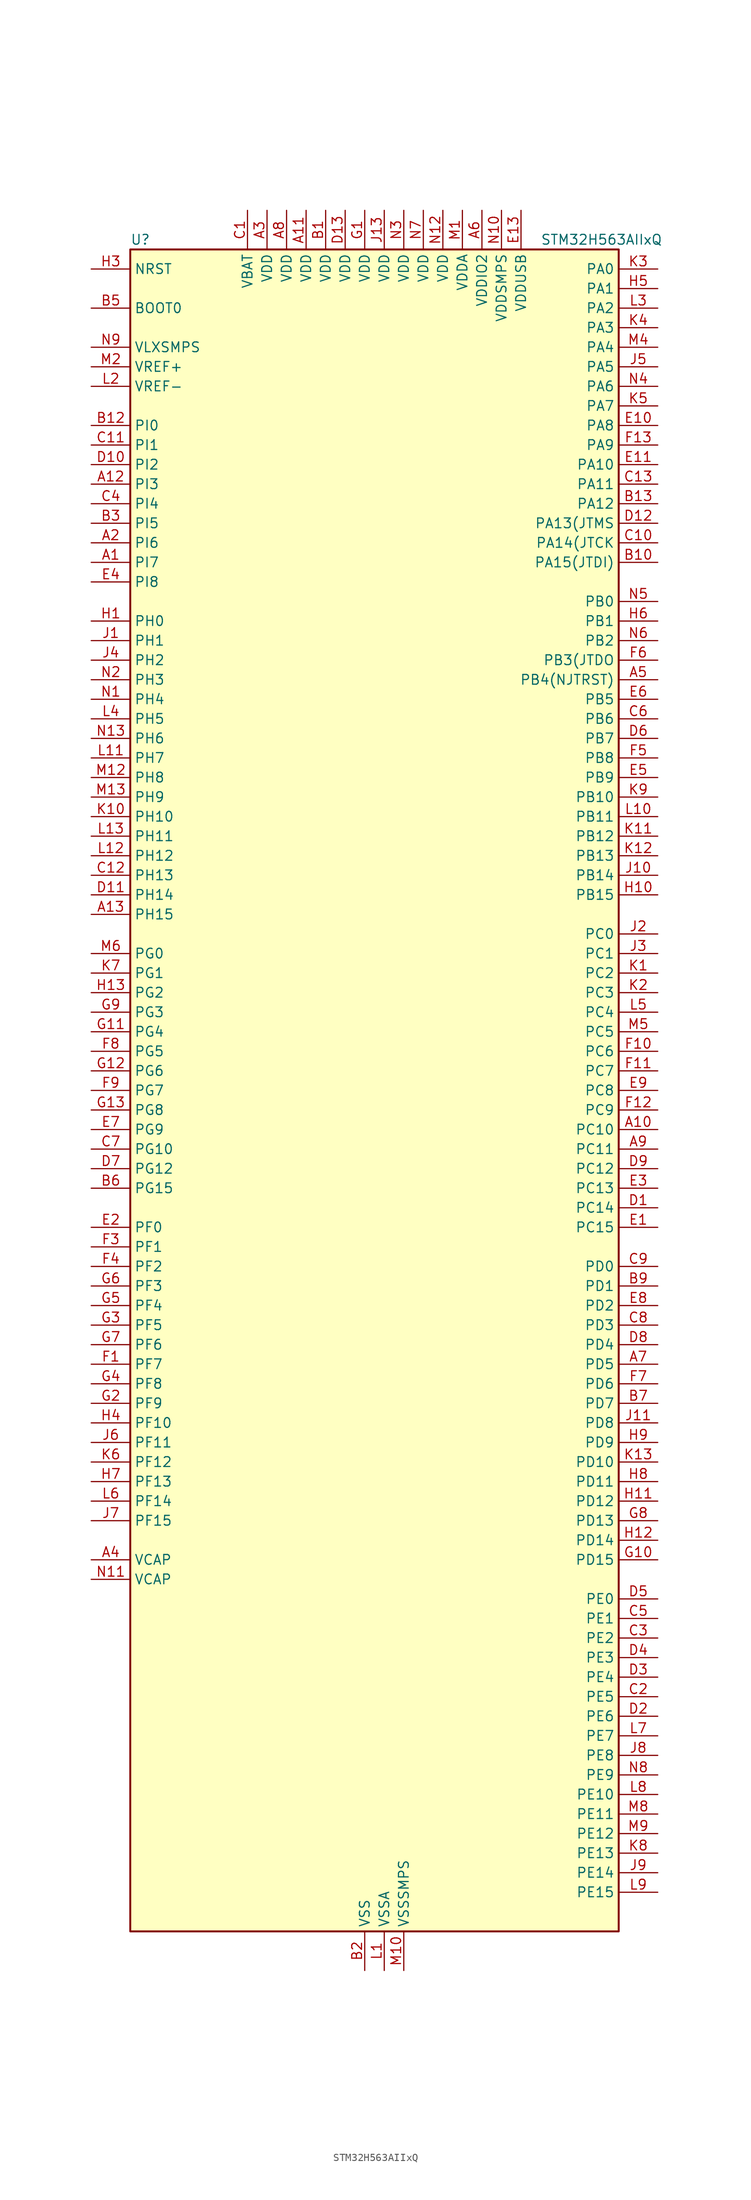
<source format=kicad_sym>
(kicad_symbol_lib
  (version 20231120)
  (generator "kicad-library-utils")
  (generator_version "8.0")
  (symbol "STM32H563AIIxQ"
    (property "Reference" "U"
      (at -30.48 110.49 0)
      (effects (font (size 1.27 1.27)) (justify left)))
    (property "Value" "STM32H563AIIxQ"
      (at 22.86 110.49 0)
      (effects (font (size 1.27 1.27)) (justify left)))
    (symbol "STM32H563AIIxQ_0_1"
      (rectangle (start -30.48 -109.22) (end 33.02 109.22) (stroke (width 0.254) (type default)) (fill (type background))))
    (symbol "STM32H563AIIxQ_1_1"
      (pin bidirectional line (at -35.56 68.58 0) (length 5.08) (name "PI7" (effects (font (size 1.27 1.27)))) (number "A1" (effects (font (size 1.27 1.27)))) (alternate "DCMI_D7" bidirectional line) (alternate "PSSI_D7" bidirectional line) (alternate "SAI2_FS_A" bidirectional line) (alternate "TIM8_CH3" bidirectional line))
      (pin bidirectional line (at 38.1 -5.08 180) (length 5.08) (name "PC10" (effects (font (size 1.27 1.27)))) (number "A10" (effects (font (size 1.27 1.27)))) (alternate "DCMI_D8" bidirectional line) (alternate "ETH_TXD0" bidirectional line) (alternate "I2S3_CK" bidirectional line) (alternate "LPTIM3_ETR" bidirectional line) (alternate "OCTOSPI1_IO1" bidirectional line) (alternate "PSSI_D8" bidirectional line) (alternate "SDMMC1_D2" bidirectional line) (alternate "SPI3_SCK" bidirectional line) (alternate "UART4_TX" bidirectional line) (alternate "USART3_TX" bidirectional line))
      (pin power_in line (at -7.62 114.3 270) (length 5.08) (name "VDD" (effects (font (size 1.27 1.27)))) (number "A11" (effects (font (size 1.27 1.27)))))
      (pin bidirectional line (at -35.56 78.74 0) (length 5.08) (name "PI3" (effects (font (size 1.27 1.27)))) (number "A12" (effects (font (size 1.27 1.27)))) (alternate "DCMI_D10" bidirectional line) (alternate "I2S2_SDO" bidirectional line) (alternate "PSSI_D10" bidirectional line) (alternate "SPI2_MOSI" bidirectional line) (alternate "TIM8_ETR" bidirectional line))
      (pin bidirectional line (at -35.56 22.86 0) (length 5.08) (name "PH15" (effects (font (size 1.27 1.27)))) (number "A13" (effects (font (size 1.27 1.27)))) (alternate "ADC1_EXTI15" bidirectional line) (alternate "ADC2_EXTI15" bidirectional line) (alternate "DCMI_D11" bidirectional line) (alternate "PSSI_D11" bidirectional line) (alternate "TIM8_CH3N" bidirectional line))
      (pin bidirectional line (at -35.56 71.12 0) (length 5.08) (name "PI6" (effects (font (size 1.27 1.27)))) (number "A2" (effects (font (size 1.27 1.27)))) (alternate "DCMI_D6" bidirectional line) (alternate "PSSI_D6" bidirectional line) (alternate "SAI2_SD_A" bidirectional line) (alternate "TIM8_CH2" bidirectional line))
      (pin power_in line (at -12.7 114.3 270) (length 5.08) (name "VDD" (effects (font (size 1.27 1.27)))) (number "A3" (effects (font (size 1.27 1.27)))))
      (pin power_out line (at -35.56 -60.96 0) (length 5.08) (name "VCAP" (effects (font (size 1.27 1.27)))) (number "A4" (effects (font (size 1.27 1.27)))))
      (pin bidirectional line (at 38.1 53.34 180) (length 5.08) (name "PB4(NJTRST)" (effects (font (size 1.27 1.27)))) (number "A5" (effects (font (size 1.27 1.27)))) (alternate "DCMI_D7" bidirectional line) (alternate "DEBUG_JTRST" bidirectional line) (alternate "I2S1_SDI" bidirectional line) (alternate "I2S2_WS" bidirectional line) (alternate "I2S3_SDI" bidirectional line) (alternate "LPTIM1_CH2" bidirectional line) (alternate "OCTOSPI1_CLK" bidirectional line) (alternate "PSSI_D7" bidirectional line) (alternate "SDMMC2_D3" bidirectional line) (alternate "SPI1_MISO" bidirectional line) (alternate "SPI2_NSS" bidirectional line) (alternate "SPI3_MISO" bidirectional line) (alternate "SPI6_MISO" bidirectional line) (alternate "TIM16_BKIN" bidirectional line) (alternate "TIM3_CH1" bidirectional line) (alternate "UART7_TX" bidirectional line))
      (pin power_in line (at 15.24 114.3 270) (length 5.08) (name "VDDIO2" (effects (font (size 1.27 1.27)))) (number "A6" (effects (font (size 1.27 1.27)))))
      (pin bidirectional line (at 38.1 -35.56 180) (length 5.08) (name "PD5" (effects (font (size 1.27 1.27)))) (number "A7" (effects (font (size 1.27 1.27)))) (alternate "FDCAN1_TX" bidirectional line) (alternate "FMC_NWE" bidirectional line) (alternate "OCTOSPI1_IO5" bidirectional line) (alternate "SPI2_RDY" bidirectional line) (alternate "TIM1_CH4N" bidirectional line) (alternate "USART2_TX" bidirectional line))
      (pin power_in line (at -10.16 114.3 270) (length 5.08) (name "VDD" (effects (font (size 1.27 1.27)))) (number "A8" (effects (font (size 1.27 1.27)))))
      (pin bidirectional line (at 38.1 -7.62 180) (length 5.08) (name "PC11" (effects (font (size 1.27 1.27)))) (number "A9" (effects (font (size 1.27 1.27)))) (alternate "ADC1_EXTI11" bidirectional line) (alternate "ADC2_EXTI11" bidirectional line) (alternate "DCMI_D4" bidirectional line) (alternate "I2S3_SDI" bidirectional line) (alternate "LPTIM3_IN1" bidirectional line) (alternate "OCTOSPI1_NCS" bidirectional line) (alternate "PSSI_D4" bidirectional line) (alternate "SDMMC1_D3" bidirectional line) (alternate "SPI3_MISO" bidirectional line) (alternate "UART4_RX" bidirectional line) (alternate "USART3_RX" bidirectional line))
      (pin power_in line (at -5.08 114.3 270) (length 5.08) (name "VDD" (effects (font (size 1.27 1.27)))) (number "B1" (effects (font (size 1.27 1.27)))))
      (pin bidirectional line (at 38.1 68.58 180) (length 5.08) (name "PA15(JTDI)" (effects (font (size 1.27 1.27)))) (number "B10" (effects (font (size 1.27 1.27)))) (alternate "ADC1_EXTI15" bidirectional line) (alternate "ADC2_EXTI15" bidirectional line) (alternate "CEC" bidirectional line) (alternate "DCMI_D11" bidirectional line) (alternate "DEBUG_JTDI" bidirectional line) (alternate "FMC_NBL1" bidirectional line) (alternate "I2S1_WS" bidirectional line) (alternate "I2S3_WS" bidirectional line) (alternate "LPTIM3_IN2" bidirectional line) (alternate "PSSI_D11" bidirectional line) (alternate "SPI1_NSS" bidirectional line) (alternate "SPI3_NSS" bidirectional line) (alternate "SPI6_NSS" bidirectional line) (alternate "TIM2_CH1" bidirectional line) (alternate "TIM2_ETR" bidirectional line) (alternate "UART4_DE" bidirectional line) (alternate "UART4_RTS" bidirectional line) (alternate "UART7_TX" bidirectional line))
      (pin passive line (at 0 -114.3 90) (length 5.08) hide (name "VSS" (effects (font (size 1.27 1.27)))) (number "B11" (effects (font (size 1.27 1.27)))))
      (pin bidirectional line (at -35.56 86.36 0) (length 5.08) (name "PI0" (effects (font (size 1.27 1.27)))) (number "B12" (effects (font (size 1.27 1.27)))) (alternate "DCMI_D13" bidirectional line) (alternate "I2S2_WS" bidirectional line) (alternate "PSSI_D13" bidirectional line) (alternate "SPI2_NSS" bidirectional line) (alternate "TIM5_CH4" bidirectional line))
      (pin bidirectional line (at 38.1 76.2 180) (length 5.08) (name "PA12" (effects (font (size 1.27 1.27)))) (number "B13" (effects (font (size 1.27 1.27)))) (alternate "FDCAN1_TX" bidirectional line) (alternate "I2S2_CK" bidirectional line) (alternate "LPUART1_RTS" bidirectional line) (alternate "SAI2_FS_B" bidirectional line) (alternate "SPI2_SCK" bidirectional line) (alternate "TIM1_ETR" bidirectional line) (alternate "UART4_TX" bidirectional line) (alternate "USART1_RTS" bidirectional line) (alternate "USB_DP" bidirectional line))
      (pin power_in line (at 0 -114.3 90) (length 5.08) (name "VSS" (effects (font (size 1.27 1.27)))) (number "B2" (effects (font (size 1.27 1.27)))))
      (pin bidirectional line (at -35.56 73.66 0) (length 5.08) (name "PI5" (effects (font (size 1.27 1.27)))) (number "B3" (effects (font (size 1.27 1.27)))) (alternate "DCMI_VSYNC" bidirectional line) (alternate "PSSI_RDY" bidirectional line) (alternate "SAI2_SCK_A" bidirectional line) (alternate "TIM8_CH1" bidirectional line))
      (pin passive line (at 0 -114.3 90) (length 5.08) hide (name "VSS" (effects (font (size 1.27 1.27)))) (number "B4" (effects (font (size 1.27 1.27)))))
      (pin input line (at -35.56 101.6 0) (length 5.08) (name "BOOT0" (effects (font (size 1.27 1.27)))) (number "B5" (effects (font (size 1.27 1.27)))))
      (pin bidirectional line (at -35.56 -12.7 0) (length 5.08) (name "PG15" (effects (font (size 1.27 1.27)))) (number "B6" (effects (font (size 1.27 1.27)))) (alternate "ADC1_EXTI15" bidirectional line) (alternate "ADC2_EXTI15" bidirectional line) (alternate "DCMI_D13" bidirectional line) (alternate "FMC_SDNCAS" bidirectional line) (alternate "PSSI_D13" bidirectional line) (alternate "SPI4_RDY" bidirectional line) (alternate "USART10_CK" bidirectional line) (alternate "USART6_CTS" bidirectional line) (alternate "USART6_NSS" bidirectional line))
      (pin bidirectional line (at 38.1 -40.64 180) (length 5.08) (name "PD7" (effects (font (size 1.27 1.27)))) (number "B7" (effects (font (size 1.27 1.27)))) (alternate "FMC_NCE" bidirectional line) (alternate "FMC_NE1" bidirectional line) (alternate "I2S1_SDO" bidirectional line) (alternate "LPTIM4_OUT" bidirectional line) (alternate "OCTOSPI1_IO7" bidirectional line) (alternate "SDMMC2_CMD" bidirectional line) (alternate "SPI1_MOSI" bidirectional line) (alternate "USART2_CK" bidirectional line))
      (pin passive line (at 0 -114.3 90) (length 5.08) hide (name "VSS" (effects (font (size 1.27 1.27)))) (number "B8" (effects (font (size 1.27 1.27)))))
      (pin bidirectional line (at 38.1 -25.4 180) (length 5.08) (name "PD1" (effects (font (size 1.27 1.27)))) (number "B9" (effects (font (size 1.27 1.27)))) (alternate "FDCAN1_TX" bidirectional line) (alternate "FMC_D3" bidirectional line) (alternate "FMC_DA3" bidirectional line) (alternate "UART4_TX" bidirectional line))
      (pin power_in line (at -15.24 114.3 270) (length 5.08) (name "VBAT" (effects (font (size 1.27 1.27)))) (number "C1" (effects (font (size 1.27 1.27)))))
      (pin bidirectional line (at 38.1 71.12 180) (length 5.08) (name "PA14(JTCK" (effects (font (size 1.27 1.27)))) (number "C10" (effects (font (size 1.27 1.27)))) (alternate "DEBUG_JTCK-SWCLK" bidirectional line))
      (pin bidirectional line (at -35.56 83.82 0) (length 5.08) (name "PI1" (effects (font (size 1.27 1.27)))) (number "C11" (effects (font (size 1.27 1.27)))) (alternate "DCMI_D8" bidirectional line) (alternate "I2S2_CK" bidirectional line) (alternate "PSSI_D8" bidirectional line) (alternate "SPI2_SCK" bidirectional line) (alternate "TIM8_BKIN2" bidirectional line))
      (pin bidirectional line (at -35.56 27.94 0) (length 5.08) (name "PH13" (effects (font (size 1.27 1.27)))) (number "C12" (effects (font (size 1.27 1.27)))) (alternate "DCMI_D3" bidirectional line) (alternate "FDCAN1_TX" bidirectional line) (alternate "LPTIM1_IN2" bidirectional line) (alternate "PSSI_D3" bidirectional line) (alternate "TIM8_CH1N" bidirectional line) (alternate "UART4_TX" bidirectional line) (alternate "UART8_TX" bidirectional line))
      (pin bidirectional line (at 38.1 78.74 180) (length 5.08) (name "PA11" (effects (font (size 1.27 1.27)))) (number "C13" (effects (font (size 1.27 1.27)))) (alternate "ADC1_EXTI11" bidirectional line) (alternate "ADC2_EXTI11" bidirectional line) (alternate "FDCAN1_RX" bidirectional line) (alternate "I2S2_WS" bidirectional line) (alternate "LPUART1_CTS" bidirectional line) (alternate "SPI2_NSS" bidirectional line) (alternate "TIM1_CH4" bidirectional line) (alternate "UART4_RX" bidirectional line) (alternate "USART1_CTS" bidirectional line) (alternate "USART1_NSS" bidirectional line) (alternate "USB_DM" bidirectional line))
      (pin bidirectional line (at 38.1 -78.74 180) (length 5.08) (name "PE5" (effects (font (size 1.27 1.27)))) (number "C2" (effects (font (size 1.27 1.27)))) (alternate "DCMI_D6" bidirectional line) (alternate "DEBUG_TRACED2" bidirectional line) (alternate "FMC_A21" bidirectional line) (alternate "PSSI_D6" bidirectional line) (alternate "SAI1_CK2" bidirectional line) (alternate "SAI1_SCK_A" bidirectional line) (alternate "SPI4_MISO" bidirectional line) (alternate "TAMP_IN8" bidirectional line) (alternate "TAMP_OUT7" bidirectional line) (alternate "TIM15_CH1" bidirectional line))
      (pin bidirectional line (at 38.1 -71.12 180) (length 5.08) (name "PE2" (effects (font (size 1.27 1.27)))) (number "C3" (effects (font (size 1.27 1.27)))) (alternate "DCMI_D3" bidirectional line) (alternate "DEBUG_TRACECLK" bidirectional line) (alternate "ETH_TXD3" bidirectional line) (alternate "FMC_A23" bidirectional line) (alternate "LPTIM1_IN2" bidirectional line) (alternate "OCTOSPI1_IO2" bidirectional line) (alternate "PSSI_D3" bidirectional line) (alternate "SAI1_CK1" bidirectional line) (alternate "SAI1_MCLK_A" bidirectional line) (alternate "SPI4_SCK" bidirectional line) (alternate "UART8_TX" bidirectional line) (alternate "USART10_RX" bidirectional line))
      (pin bidirectional line (at -35.56 76.2 0) (length 5.08) (name "PI4" (effects (font (size 1.27 1.27)))) (number "C4" (effects (font (size 1.27 1.27)))) (alternate "DCMI_D5" bidirectional line) (alternate "PSSI_D5" bidirectional line) (alternate "SAI2_MCLK_A" bidirectional line) (alternate "SPI2_RDY" bidirectional line) (alternate "TIM8_BKIN" bidirectional line))
      (pin bidirectional line (at 38.1 -68.58 180) (length 5.08) (name "PE1" (effects (font (size 1.27 1.27)))) (number "C5" (effects (font (size 1.27 1.27)))) (alternate "DCMI_D3" bidirectional line) (alternate "FDCAN1_TX" bidirectional line) (alternate "FMC_NBL1" bidirectional line) (alternate "LPTIM1_IN2" bidirectional line) (alternate "PSSI_D3" bidirectional line) (alternate "UART8_TX" bidirectional line))
      (pin bidirectional line (at 38.1 48.26 180) (length 5.08) (name "PB6" (effects (font (size 1.27 1.27)))) (number "C6" (effects (font (size 1.27 1.27)))) (alternate "CEC" bidirectional line) (alternate "DCMI_D5" bidirectional line) (alternate "FDCAN2_TX" bidirectional line) (alternate "FMC_SDNE1" bidirectional line) (alternate "I2C1_SCL" bidirectional line) (alternate "I2C4_SCL" bidirectional line) (alternate "I3C1_SCL" bidirectional line) (alternate "LPUART1_TX" bidirectional line) (alternate "OCTOSPI1_NCS" bidirectional line) (alternate "PSSI_D5" bidirectional line) (alternate "TIM16_CH1N" bidirectional line) (alternate "TIM4_CH1" bidirectional line) (alternate "UART5_TX" bidirectional line) (alternate "USART1_TX" bidirectional line))
      (pin bidirectional line (at -35.56 -7.62 0) (length 5.08) (name "PG10" (effects (font (size 1.27 1.27)))) (number "C7" (effects (font (size 1.27 1.27)))) (alternate "DCMI_D2" bidirectional line) (alternate "FMC_NE3" bidirectional line) (alternate "I2S1_WS" bidirectional line) (alternate "PSSI_D2" bidirectional line) (alternate "SAI2_SD_B" bidirectional line) (alternate "SDMMC2_D1" bidirectional line) (alternate "SPI1_NSS" bidirectional line))
      (pin bidirectional line (at 38.1 -30.48 180) (length 5.08) (name "PD3" (effects (font (size 1.27 1.27)))) (number "C8" (effects (font (size 1.27 1.27)))) (alternate "DCMI_D5" bidirectional line) (alternate "FMC_CLK" bidirectional line) (alternate "I2S2_CK" bidirectional line) (alternate "PSSI_D5" bidirectional line) (alternate "PWR_WKUP8" bidirectional line) (alternate "SPI2_SCK" bidirectional line) (alternate "USART2_CTS" bidirectional line) (alternate "USART2_NSS" bidirectional line))
      (pin bidirectional line (at 38.1 -22.86 180) (length 5.08) (name "PD0" (effects (font (size 1.27 1.27)))) (number "C9" (effects (font (size 1.27 1.27)))) (alternate "FDCAN1_RX" bidirectional line) (alternate "FMC_D2" bidirectional line) (alternate "FMC_DA2" bidirectional line) (alternate "TIM8_CH4N" bidirectional line) (alternate "UART4_RX" bidirectional line) (alternate "UART9_CTS" bidirectional line))
      (pin bidirectional line (at 38.1 -15.24 180) (length 5.08) (name "PC14" (effects (font (size 1.27 1.27)))) (number "D1" (effects (font (size 1.27 1.27)))) (alternate "RCC_OSC32_IN" bidirectional line))
      (pin bidirectional line (at -35.56 81.28 0) (length 5.08) (name "PI2" (effects (font (size 1.27 1.27)))) (number "D10" (effects (font (size 1.27 1.27)))) (alternate "DCMI_D9" bidirectional line) (alternate "I2S2_SDI" bidirectional line) (alternate "PSSI_D9" bidirectional line) (alternate "SPI2_MISO" bidirectional line) (alternate "TIM8_CH4" bidirectional line))
      (pin bidirectional line (at -35.56 25.4 0) (length 5.08) (name "PH14" (effects (font (size 1.27 1.27)))) (number "D11" (effects (font (size 1.27 1.27)))) (alternate "DCMI_D4" bidirectional line) (alternate "FDCAN1_RX" bidirectional line) (alternate "PSSI_D4" bidirectional line) (alternate "TIM8_CH2N" bidirectional line) (alternate "UART4_RX" bidirectional line))
      (pin bidirectional line (at 38.1 73.66 180) (length 5.08) (name "PA13(JTMS" (effects (font (size 1.27 1.27)))) (number "D12" (effects (font (size 1.27 1.27)))) (alternate "DEBUG_JTMS-SWDIO" bidirectional line))
      (pin power_in line (at -2.54 114.3 270) (length 5.08) (name "VDD" (effects (font (size 1.27 1.27)))) (number "D13" (effects (font (size 1.27 1.27)))))
      (pin bidirectional line (at 38.1 -81.28 180) (length 5.08) (name "PE6" (effects (font (size 1.27 1.27)))) (number "D2" (effects (font (size 1.27 1.27)))) (alternate "DCMI_D7" bidirectional line) (alternate "DEBUG_TRACED3" bidirectional line) (alternate "FMC_A22" bidirectional line) (alternate "PSSI_D7" bidirectional line) (alternate "SAI1_D1" bidirectional line) (alternate "SAI1_SD_A" bidirectional line) (alternate "SAI2_MCLK_B" bidirectional line) (alternate "SPI4_MOSI" bidirectional line) (alternate "TAMP_IN3" bidirectional line) (alternate "TAMP_OUT6" bidirectional line) (alternate "TIM15_CH2" bidirectional line) (alternate "TIM1_BKIN2" bidirectional line))
      (pin bidirectional line (at 38.1 -76.2 180) (length 5.08) (name "PE4" (effects (font (size 1.27 1.27)))) (number "D3" (effects (font (size 1.27 1.27)))) (alternate "DCMI_D4" bidirectional line) (alternate "DEBUG_TRACED1" bidirectional line) (alternate "FMC_A20" bidirectional line) (alternate "PSSI_D4" bidirectional line) (alternate "SAI1_D2" bidirectional line) (alternate "SAI1_FS_A" bidirectional line) (alternate "SPI4_NSS" bidirectional line) (alternate "TAMP_IN7" bidirectional line) (alternate "TAMP_OUT8" bidirectional line) (alternate "TIM15_CH1N" bidirectional line))
      (pin bidirectional line (at 38.1 -73.66 180) (length 5.08) (name "PE3" (effects (font (size 1.27 1.27)))) (number "D4" (effects (font (size 1.27 1.27)))) (alternate "DEBUG_TRACED0" bidirectional line) (alternate "FMC_A19" bidirectional line) (alternate "SAI1_SD_B" bidirectional line) (alternate "TAMP_IN6" bidirectional line) (alternate "TAMP_OUT3" bidirectional line) (alternate "TIM15_BKIN" bidirectional line) (alternate "USART10_TX" bidirectional line))
      (pin bidirectional line (at 38.1 -66.04 180) (length 5.08) (name "PE0" (effects (font (size 1.27 1.27)))) (number "D5" (effects (font (size 1.27 1.27)))) (alternate "DCMI_D2" bidirectional line) (alternate "FDCAN1_RX" bidirectional line) (alternate "FMC_NBL0" bidirectional line) (alternate "LPTIM1_ETR" bidirectional line) (alternate "LPTIM2_CH2" bidirectional line) (alternate "LPTIM2_ETR" bidirectional line) (alternate "PSSI_D2" bidirectional line) (alternate "SAI2_MCLK_A" bidirectional line) (alternate "SPI3_RDY" bidirectional line) (alternate "TIM4_ETR" bidirectional line) (alternate "UART8_RX" bidirectional line))
      (pin bidirectional line (at 38.1 45.72 180) (length 5.08) (name "PB7" (effects (font (size 1.27 1.27)))) (number "D6" (effects (font (size 1.27 1.27)))) (alternate "DCMI_VSYNC" bidirectional line) (alternate "FDCAN1_TX" bidirectional line) (alternate "FMC_NL" bidirectional line) (alternate "I2C1_SDA" bidirectional line) (alternate "I2C4_SDA" bidirectional line) (alternate "I3C1_SDA" bidirectional line) (alternate "LPUART1_RX" bidirectional line) (alternate "PSSI_RDY" bidirectional line) (alternate "PWR_WKUP5" bidirectional line) (alternate "SDMMC2_CKIN" bidirectional line) (alternate "SDMMC2_D5" bidirectional line) (alternate "TIM17_CH1N" bidirectional line) (alternate "TIM4_CH2" bidirectional line) (alternate "USART1_RX" bidirectional line))
      (pin bidirectional line (at -35.56 -10.16 0) (length 5.08) (name "PG12" (effects (font (size 1.27 1.27)))) (number "D7" (effects (font (size 1.27 1.27)))) (alternate "DCMI_D11" bidirectional line) (alternate "ETH_TXD1" bidirectional line) (alternate "FMC_NE4" bidirectional line) (alternate "LPTIM1_IN1" bidirectional line) (alternate "LPTIM5_CH1" bidirectional line) (alternate "PSSI_D11" bidirectional line) (alternate "PSSI_D15" bidirectional line) (alternate "SDMMC2_D3" bidirectional line) (alternate "SPI6_MISO" bidirectional line) (alternate "USART10_TX" bidirectional line) (alternate "USART6_RTS" bidirectional line))
      (pin bidirectional line (at 38.1 -33.02 180) (length 5.08) (name "PD4" (effects (font (size 1.27 1.27)))) (number "D8" (effects (font (size 1.27 1.27)))) (alternate "FMC_NOE" bidirectional line) (alternate "OCTOSPI1_IO4" bidirectional line) (alternate "USART2_RTS" bidirectional line))
      (pin bidirectional line (at 38.1 -10.16 180) (length 5.08) (name "PC12" (effects (font (size 1.27 1.27)))) (number "D9" (effects (font (size 1.27 1.27)))) (alternate "DCMI_D9" bidirectional line) (alternate "DEBUG_TRACED3" bidirectional line) (alternate "I2S3_SDO" bidirectional line) (alternate "PSSI_D9" bidirectional line) (alternate "SDMMC1_CK" bidirectional line) (alternate "SPI3_MOSI" bidirectional line) (alternate "SPI6_SCK" bidirectional line) (alternate "TIM15_CH1" bidirectional line) (alternate "UART5_TX" bidirectional line) (alternate "USART3_CK" bidirectional line))
      (pin bidirectional line (at 38.1 -17.78 180) (length 5.08) (name "PC15" (effects (font (size 1.27 1.27)))) (number "E1" (effects (font (size 1.27 1.27)))) (alternate "ADC1_EXTI15" bidirectional line) (alternate "ADC2_EXTI15" bidirectional line) (alternate "RCC_OSC32_OUT" bidirectional line))
      (pin bidirectional line (at 38.1 86.36 180) (length 5.08) (name "PA8" (effects (font (size 1.27 1.27)))) (number "E10" (effects (font (size 1.27 1.27)))) (alternate "DCMI_D3" bidirectional line) (alternate "FMC_NOE" bidirectional line) (alternate "I2C3_SCL" bidirectional line) (alternate "PSSI_D3" bidirectional line) (alternate "RCC_MCO_1" bidirectional line) (alternate "SPI1_RDY" bidirectional line) (alternate "TIM1_CH1" bidirectional line) (alternate "TIM8_BKIN2" bidirectional line) (alternate "UART7_RX" bidirectional line) (alternate "USART1_CK" bidirectional line) (alternate "USB_SOF" bidirectional line))
      (pin bidirectional line (at 38.1 81.28 180) (length 5.08) (name "PA10" (effects (font (size 1.27 1.27)))) (number "E11" (effects (font (size 1.27 1.27)))) (alternate "DCMI_D1" bidirectional line) (alternate "FDCAN2_TX" bidirectional line) (alternate "LPTIM2_IN2" bidirectional line) (alternate "LPUART1_RX" bidirectional line) (alternate "PSSI_D1" bidirectional line) (alternate "SDMMC1_D0" bidirectional line) (alternate "TIM1_CH3" bidirectional line) (alternate "UCPD1_FRSTX" bidirectional line) (alternate "USART1_RX" bidirectional line))
      (pin passive line (at 0 -114.3 90) (length 5.08) hide (name "VSS" (effects (font (size 1.27 1.27)))) (number "E12" (effects (font (size 1.27 1.27)))))
      (pin power_in line (at 20.32 114.3 270) (length 5.08) (name "VDDUSB" (effects (font (size 1.27 1.27)))) (number "E13" (effects (font (size 1.27 1.27)))))
      (pin bidirectional line (at -35.56 -17.78 0) (length 5.08) (name "PF0" (effects (font (size 1.27 1.27)))) (number "E2" (effects (font (size 1.27 1.27)))) (alternate "FMC_A0" bidirectional line) (alternate "I2C2_SDA" bidirectional line) (alternate "LPTIM5_CH1" bidirectional line))
      (pin bidirectional line (at 38.1 -12.7 180) (length 5.08) (name "PC13" (effects (font (size 1.27 1.27)))) (number "E3" (effects (font (size 1.27 1.27)))) (alternate "PWR_WKUP4" bidirectional line) (alternate "RTC_OUT1" bidirectional line) (alternate "RTC_TS" bidirectional line) (alternate "TAMP_IN1" bidirectional line) (alternate "TAMP_OUT2" bidirectional line) (alternate "TAMP_OUT3" bidirectional line))
      (pin bidirectional line (at -35.56 66.04 0) (length 5.08) (name "PI8" (effects (font (size 1.27 1.27)))) (number "E4" (effects (font (size 1.27 1.27)))) (alternate "PWR_WKUP3" bidirectional line) (alternate "RTC_OUT2" bidirectional line) (alternate "TAMP_IN2" bidirectional line) (alternate "TAMP_OUT3" bidirectional line))
      (pin bidirectional line (at 38.1 40.64 180) (length 5.08) (name "PB9" (effects (font (size 1.27 1.27)))) (number "E5" (effects (font (size 1.27 1.27)))) (alternate "DAC1_EXTI9" bidirectional line) (alternate "DCMI_D7" bidirectional line) (alternate "FDCAN1_TX" bidirectional line) (alternate "I2C1_SDA" bidirectional line) (alternate "I2C4_SDA" bidirectional line) (alternate "I2S2_WS" bidirectional line) (alternate "I3C1_SDA" bidirectional line) (alternate "PSSI_D7" bidirectional line) (alternate "SDMMC1_CDIR" bidirectional line) (alternate "SDMMC1_D5" bidirectional line) (alternate "SDMMC2_CKIN" bidirectional line) (alternate "SDMMC2_D5" bidirectional line) (alternate "SPI2_NSS" bidirectional line) (alternate "TIM17_CH1" bidirectional line) (alternate "TIM4_CH4" bidirectional line) (alternate "UART4_TX" bidirectional line))
      (pin bidirectional line (at 38.1 50.8 180) (length 5.08) (name "PB5" (effects (font (size 1.27 1.27)))) (number "E6" (effects (font (size 1.27 1.27)))) (alternate "DCMI_D10" bidirectional line) (alternate "ETH_PPS_OUT" bidirectional line) (alternate "FDCAN2_RX" bidirectional line) (alternate "FMC_SDCKE1" bidirectional line) (alternate "I2C1_SMBA" bidirectional line) (alternate "I2C4_SMBA" bidirectional line) (alternate "I2S1_SDO" bidirectional line) (alternate "I2S3_SDO" bidirectional line) (alternate "OCTOSPI1_NCLK" bidirectional line) (alternate "PSSI_D10" bidirectional line) (alternate "SPI1_MOSI" bidirectional line) (alternate "SPI3_MOSI" bidirectional line) (alternate "SPI6_MOSI" bidirectional line) (alternate "TIM17_BKIN" bidirectional line) (alternate "TIM3_CH2" bidirectional line) (alternate "UART5_RX" bidirectional line))
      (pin bidirectional line (at -35.56 -5.08 0) (length 5.08) (name "PG9" (effects (font (size 1.27 1.27)))) (number "E7" (effects (font (size 1.27 1.27)))) (alternate "DAC1_EXTI9" bidirectional line) (alternate "DCMI_VSYNC" bidirectional line) (alternate "FMC_NCE" bidirectional line) (alternate "FMC_NE2" bidirectional line) (alternate "I2S1_SDI" bidirectional line) (alternate "OCTOSPI1_IO6" bidirectional line) (alternate "PSSI_RDY" bidirectional line) (alternate "SAI2_FS_B" bidirectional line) (alternate "SDMMC2_D0" bidirectional line) (alternate "SPI1_MISO" bidirectional line) (alternate "USART6_RX" bidirectional line))
      (pin bidirectional line (at 38.1 -27.94 180) (length 5.08) (name "PD2" (effects (font (size 1.27 1.27)))) (number "E8" (effects (font (size 1.27 1.27)))) (alternate "DCMI_D11" bidirectional line) (alternate "DEBUG_TRACED2" bidirectional line) (alternate "LPTIM4_ETR" bidirectional line) (alternate "PSSI_D11" bidirectional line) (alternate "PWR_WKUP7" bidirectional line) (alternate "SDMMC1_CMD" bidirectional line) (alternate "TIM15_BKIN" bidirectional line) (alternate "TIM3_ETR" bidirectional line) (alternate "UART5_RX" bidirectional line))
      (pin bidirectional line (at 38.1 0 180) (length 5.08) (name "PC8" (effects (font (size 1.27 1.27)))) (number "E9" (effects (font (size 1.27 1.27)))) (alternate "DCMI_D2" bidirectional line) (alternate "DEBUG_TRACED1" bidirectional line) (alternate "FMC_ALE" bidirectional line) (alternate "FMC_INT" bidirectional line) (alternate "FMC_NCE" bidirectional line) (alternate "FMC_NE2" bidirectional line) (alternate "PSSI_D2" bidirectional line) (alternate "SDMMC1_D0" bidirectional line) (alternate "TIM3_CH3" bidirectional line) (alternate "TIM8_CH3" bidirectional line) (alternate "UART5_DE" bidirectional line) (alternate "UART5_RTS" bidirectional line) (alternate "USART6_CK" bidirectional line))
      (pin bidirectional line (at -35.56 -35.56 0) (length 5.08) (name "PF7" (effects (font (size 1.27 1.27)))) (number "F1" (effects (font (size 1.27 1.27)))) (alternate "LPTIM5_CH2" bidirectional line) (alternate "OCTOSPI1_IO2" bidirectional line) (alternate "SAI1_MCLK_B" bidirectional line) (alternate "SPI5_SCK" bidirectional line) (alternate "TIM17_CH1" bidirectional line) (alternate "UART7_TX" bidirectional line))
      (pin bidirectional line (at 38.1 5.08 180) (length 5.08) (name "PC6" (effects (font (size 1.27 1.27)))) (number "F10" (effects (font (size 1.27 1.27)))) (alternate "DCMI_D0" bidirectional line) (alternate "FMC_NWAIT" bidirectional line) (alternate "I2S2_MCK" bidirectional line) (alternate "OCTOSPI1_IO5" bidirectional line) (alternate "PSSI_D0" bidirectional line) (alternate "SAI1_SCK_A" bidirectional line) (alternate "SDMMC1_D0DIR" bidirectional line) (alternate "SDMMC1_D6" bidirectional line) (alternate "SDMMC2_D6" bidirectional line) (alternate "TIM3_CH1" bidirectional line) (alternate "TIM8_CH1" bidirectional line) (alternate "USART6_TX" bidirectional line))
      (pin bidirectional line (at 38.1 2.54 180) (length 5.08) (name "PC7" (effects (font (size 1.27 1.27)))) (number "F11" (effects (font (size 1.27 1.27)))) (alternate "DCMI_D1" bidirectional line) (alternate "DEBUG_TRGIO" bidirectional line) (alternate "FMC_NE1" bidirectional line) (alternate "I2S3_MCK" bidirectional line) (alternate "OCTOSPI1_IO6" bidirectional line) (alternate "PSSI_D1" bidirectional line) (alternate "SDMMC1_D123DIR" bidirectional line) (alternate "SDMMC1_D7" bidirectional line) (alternate "SDMMC2_D7" bidirectional line) (alternate "TIM3_CH2" bidirectional line) (alternate "TIM8_CH2" bidirectional line) (alternate "USART6_RX" bidirectional line))
      (pin bidirectional line (at 38.1 -2.54 180) (length 5.08) (name "PC9" (effects (font (size 1.27 1.27)))) (number "F12" (effects (font (size 1.27 1.27)))) (alternate "AUDIOCLK" bidirectional line) (alternate "DAC1_EXTI9" bidirectional line) (alternate "DCMI_D3" bidirectional line) (alternate "FMC_CLE" bidirectional line) (alternate "I2C3_SDA" bidirectional line) (alternate "OCTOSPI1_IO0" bidirectional line) (alternate "PSSI_D3" bidirectional line) (alternate "RCC_MCO_2" bidirectional line) (alternate "SDMMC1_D1" bidirectional line) (alternate "TIM3_CH4" bidirectional line) (alternate "TIM8_CH4" bidirectional line) (alternate "UART5_CTS" bidirectional line) (alternate "UCPD1_DB2" bidirectional line))
      (pin bidirectional line (at 38.1 83.82 180) (length 5.08) (name "PA9" (effects (font (size 1.27 1.27)))) (number "F13" (effects (font (size 1.27 1.27)))) (alternate "DAC1_EXTI9" bidirectional line) (alternate "DCMI_D0" bidirectional line) (alternate "ETH_TX_ER" bidirectional line) (alternate "FMC_NWE" bidirectional line) (alternate "I2C3_SMBA" bidirectional line) (alternate "I2S2_CK" bidirectional line) (alternate "LPUART1_TX" bidirectional line) (alternate "PSSI_D0" bidirectional line) (alternate "SPI2_SCK" bidirectional line) (alternate "TIM1_CH2" bidirectional line) (alternate "UCPD1_DB1" bidirectional line) (alternate "USART1_TX" bidirectional line))
      (pin passive line (at 0 -114.3 90) (length 5.08) hide (name "VSS" (effects (font (size 1.27 1.27)))) (number "F2" (effects (font (size 1.27 1.27)))))
      (pin bidirectional line (at -35.56 -20.32 0) (length 5.08) (name "PF1" (effects (font (size 1.27 1.27)))) (number "F3" (effects (font (size 1.27 1.27)))) (alternate "FMC_A1" bidirectional line) (alternate "I2C2_SCL" bidirectional line) (alternate "LPTIM5_CH2" bidirectional line))
      (pin bidirectional line (at -35.56 -22.86 0) (length 5.08) (name "PF2" (effects (font (size 1.27 1.27)))) (number "F4" (effects (font (size 1.27 1.27)))) (alternate "FMC_A2" bidirectional line) (alternate "I2C2_SMBA" bidirectional line) (alternate "LPTIM3_CH2" bidirectional line) (alternate "LPTIM3_IN2" bidirectional line) (alternate "LPTIM5_IN1" bidirectional line) (alternate "UART12_TX" bidirectional line) (alternate "USART11_CK" bidirectional line))
      (pin bidirectional line (at 38.1 43.18 180) (length 5.08) (name "PB8" (effects (font (size 1.27 1.27)))) (number "F5" (effects (font (size 1.27 1.27)))) (alternate "DCMI_D6" bidirectional line) (alternate "ETH_TXD3" bidirectional line) (alternate "FDCAN1_RX" bidirectional line) (alternate "I2C1_SCL" bidirectional line) (alternate "I2C4_SCL" bidirectional line) (alternate "I3C1_SCL" bidirectional line) (alternate "PSSI_D6" bidirectional line) (alternate "SDMMC1_CKIN" bidirectional line) (alternate "SDMMC1_D4" bidirectional line) (alternate "SDMMC2_D4" bidirectional line) (alternate "SPI4_RDY" bidirectional line) (alternate "TIM16_CH1" bidirectional line) (alternate "TIM4_CH3" bidirectional line) (alternate "UART4_RX" bidirectional line))
      (pin bidirectional line (at 38.1 55.88 180) (length 5.08) (name "PB3(JTDO" (effects (font (size 1.27 1.27)))) (number "F6" (effects (font (size 1.27 1.27)))) (alternate "CRS_SYNC" bidirectional line) (alternate "DEBUG_JTDO-SWO" bidirectional line) (alternate "I2C2_SDA" bidirectional line) (alternate "I2S1_CK" bidirectional line) (alternate "I2S3_CK" bidirectional line) (alternate "LPTIM6_ETR" bidirectional line) (alternate "SDMMC2_D2" bidirectional line) (alternate "SPI1_SCK" bidirectional line) (alternate "SPI3_SCK" bidirectional line) (alternate "SPI6_SCK" bidirectional line) (alternate "TIM2_CH2" bidirectional line) (alternate "UART12_CTS" bidirectional line) (alternate "UART7_RX" bidirectional line))
      (pin bidirectional line (at 38.1 -38.1 180) (length 5.08) (name "PD6" (effects (font (size 1.27 1.27)))) (number "F7" (effects (font (size 1.27 1.27)))) (alternate "DCMI_D10" bidirectional line) (alternate "FMC_NWAIT" bidirectional line) (alternate "I2S3_SDO" bidirectional line) (alternate "OCTOSPI1_IO6" bidirectional line) (alternate "PSSI_D10" bidirectional line) (alternate "SAI1_D1" bidirectional line) (alternate "SAI1_SD_A" bidirectional line) (alternate "SDMMC2_CK" bidirectional line) (alternate "SPI3_MOSI" bidirectional line) (alternate "USART2_RX" bidirectional line))
      (pin bidirectional line (at -35.56 5.08 0) (length 5.08) (name "PG5" (effects (font (size 1.27 1.27)))) (number "F8" (effects (font (size 1.27 1.27)))) (alternate "FMC_A15" bidirectional line) (alternate "FMC_BA1" bidirectional line) (alternate "TIM1_ETR" bidirectional line))
      (pin bidirectional line (at -35.56 0 0) (length 5.08) (name "PG7" (effects (font (size 1.27 1.27)))) (number "F9" (effects (font (size 1.27 1.27)))) (alternate "DCMI_D13" bidirectional line) (alternate "FMC_INT" bidirectional line) (alternate "I2C4_SCL" bidirectional line) (alternate "I3C1_SCL" bidirectional line) (alternate "PSSI_D13" bidirectional line) (alternate "SAI1_CK2" bidirectional line) (alternate "SAI1_MCLK_A" bidirectional line) (alternate "UCPD1_FRSTX" bidirectional line) (alternate "USART6_CK" bidirectional line))
      (pin power_in line (at 0 114.3 270) (length 5.08) (name "VDD" (effects (font (size 1.27 1.27)))) (number "G1" (effects (font (size 1.27 1.27)))))
      (pin bidirectional line (at 38.1 -60.96 180) (length 5.08) (name "PD15" (effects (font (size 1.27 1.27)))) (number "G10" (effects (font (size 1.27 1.27)))) (alternate "ADC1_EXTI15" bidirectional line) (alternate "ADC2_EXTI15" bidirectional line) (alternate "FMC_D1" bidirectional line) (alternate "FMC_DA1" bidirectional line) (alternate "TIM4_CH4" bidirectional line) (alternate "UART8_RTS" bidirectional line) (alternate "UART9_TX" bidirectional line))
      (pin bidirectional line (at -35.56 7.62 0) (length 5.08) (name "PG4" (effects (font (size 1.27 1.27)))) (number "G11" (effects (font (size 1.27 1.27)))) (alternate "FMC_A14" bidirectional line) (alternate "FMC_BA0" bidirectional line) (alternate "LPTIM4_ETR" bidirectional line) (alternate "TIM1_BKIN2" bidirectional line))
      (pin bidirectional line (at -35.56 2.54 0) (length 5.08) (name "PG6" (effects (font (size 1.27 1.27)))) (number "G12" (effects (font (size 1.27 1.27)))) (alternate "DCMI_D12" bidirectional line) (alternate "FMC_NE3" bidirectional line) (alternate "I2C4_SDA" bidirectional line) (alternate "I3C1_SDA" bidirectional line) (alternate "OCTOSPI1_NCS" bidirectional line) (alternate "PSSI_D12" bidirectional line) (alternate "SPI1_RDY" bidirectional line) (alternate "TIM17_BKIN" bidirectional line) (alternate "UCPD1_FRSTX" bidirectional line))
      (pin bidirectional line (at -35.56 -2.54 0) (length 5.08) (name "PG8" (effects (font (size 1.27 1.27)))) (number "G13" (effects (font (size 1.27 1.27)))) (alternate "ETH_PPS_OUT" bidirectional line) (alternate "FMC_SDCLK" bidirectional line) (alternate "SPI6_NSS" bidirectional line) (alternate "TIM8_ETR" bidirectional line) (alternate "USART6_RTS" bidirectional line))
      (pin bidirectional line (at -35.56 -40.64 0) (length 5.08) (name "PF9" (effects (font (size 1.27 1.27)))) (number "G2" (effects (font (size 1.27 1.27)))) (alternate "DAC1_EXTI9" bidirectional line) (alternate "LPTIM5_IN2" bidirectional line) (alternate "OCTOSPI1_IO1" bidirectional line) (alternate "SAI1_FS_B" bidirectional line) (alternate "SPI5_MOSI" bidirectional line) (alternate "TIM14_CH1" bidirectional line) (alternate "TIM17_CH1N" bidirectional line) (alternate "UART7_CTS" bidirectional line))
      (pin bidirectional line (at -35.56 -30.48 0) (length 5.08) (name "PF5" (effects (font (size 1.27 1.27)))) (number "G3" (effects (font (size 1.27 1.27)))) (alternate "FMC_A5" bidirectional line) (alternate "I2C4_SCL" bidirectional line) (alternate "I3C1_SCL" bidirectional line) (alternate "LPTIM3_CH1" bidirectional line) (alternate "LPTIM3_IN1" bidirectional line) (alternate "UART12_RX" bidirectional line) (alternate "USART11_CTS" bidirectional line) (alternate "USART11_NSS" bidirectional line))
      (pin bidirectional line (at -35.56 -38.1 0) (length 5.08) (name "PF8" (effects (font (size 1.27 1.27)))) (number "G4" (effects (font (size 1.27 1.27)))) (alternate "LPTIM5_IN1" bidirectional line) (alternate "OCTOSPI1_IO0" bidirectional line) (alternate "SAI1_SCK_B" bidirectional line) (alternate "SPI5_MISO" bidirectional line) (alternate "TIM13_CH1" bidirectional line) (alternate "TIM16_CH1N" bidirectional line) (alternate "UART7_RTS" bidirectional line))
      (pin bidirectional line (at -35.56 -27.94 0) (length 5.08) (name "PF4" (effects (font (size 1.27 1.27)))) (number "G5" (effects (font (size 1.27 1.27)))) (alternate "FMC_A4" bidirectional line) (alternate "LPTIM3_ETR" bidirectional line) (alternate "USART11_RX" bidirectional line))
      (pin bidirectional line (at -35.56 -25.4 0) (length 5.08) (name "PF3" (effects (font (size 1.27 1.27)))) (number "G6" (effects (font (size 1.27 1.27)))) (alternate "FMC_A3" bidirectional line) (alternate "LPTIM3_IN1" bidirectional line) (alternate "LPTIM5_IN2" bidirectional line) (alternate "USART11_TX" bidirectional line))
      (pin bidirectional line (at -35.56 -33.02 0) (length 5.08) (name "PF6" (effects (font (size 1.27 1.27)))) (number "G7" (effects (font (size 1.27 1.27)))) (alternate "LPTIM5_CH1" bidirectional line) (alternate "OCTOSPI1_IO3" bidirectional line) (alternate "SAI1_SD_B" bidirectional line) (alternate "SPI5_NSS" bidirectional line) (alternate "TIM16_CH1" bidirectional line) (alternate "UART7_RX" bidirectional line))
      (pin bidirectional line (at 38.1 -55.88 180) (length 5.08) (name "PD13" (effects (font (size 1.27 1.27)))) (number "G8" (effects (font (size 1.27 1.27)))) (alternate "DCMI_D13" bidirectional line) (alternate "FMC_A18" bidirectional line) (alternate "I2C4_SDA" bidirectional line) (alternate "I3C1_SDA" bidirectional line) (alternate "LPTIM1_CH1" bidirectional line) (alternate "LPTIM2_CH1" bidirectional line) (alternate "LPTIM4_IN1" bidirectional line) (alternate "OCTOSPI1_IO3" bidirectional line) (alternate "PSSI_D13" bidirectional line) (alternate "SAI2_SCK_A" bidirectional line) (alternate "TIM4_CH2" bidirectional line) (alternate "UART9_RTS" bidirectional line))
      (pin bidirectional line (at -35.56 10.16 0) (length 5.08) (name "PG3" (effects (font (size 1.27 1.27)))) (number "G9" (effects (font (size 1.27 1.27)))) (alternate "FMC_A13" bidirectional line) (alternate "LPTIM5_ETR" bidirectional line) (alternate "TIM8_BKIN2" bidirectional line) (alternate "UART12_TX" bidirectional line))
      (pin bidirectional line (at -35.56 60.96 0) (length 5.08) (name "PH0" (effects (font (size 1.27 1.27)))) (number "H1" (effects (font (size 1.27 1.27)))) (alternate "RCC_OSC_IN" bidirectional line))
      (pin bidirectional line (at 38.1 25.4 180) (length 5.08) (name "PB15" (effects (font (size 1.27 1.27)))) (number "H10" (effects (font (size 1.27 1.27)))) (alternate "ADC1_EXTI15" bidirectional line) (alternate "ADC2_EXTI15" bidirectional line) (alternate "DCMI_D2" bidirectional line) (alternate "ETH_TXD1" bidirectional line) (alternate "I2S2_SDO" bidirectional line) (alternate "OCTOSPI1_CLK" bidirectional line) (alternate "PSSI_D2" bidirectional line) (alternate "PWR_PVD_IN" bidirectional line) (alternate "RTC_REFIN" bidirectional line) (alternate "SDMMC2_D1" bidirectional line) (alternate "SPI2_MOSI" bidirectional line) (alternate "TIM12_CH2" bidirectional line) (alternate "TIM1_CH3N" bidirectional line) (alternate "TIM8_CH3N" bidirectional line) (alternate "UART4_CTS" bidirectional line) (alternate "UART5_RX" bidirectional line) (alternate "USART11_CTS" bidirectional line) (alternate "USART11_NSS" bidirectional line) (alternate "USART1_RX" bidirectional line))
      (pin bidirectional line (at 38.1 -53.34 180) (length 5.08) (name "PD12" (effects (font (size 1.27 1.27)))) (number "H11" (effects (font (size 1.27 1.27)))) (alternate "DCMI_D12" bidirectional line) (alternate "FMC_A17" bidirectional line) (alternate "FMC_ALE" bidirectional line) (alternate "I2C4_SCL" bidirectional line) (alternate "I3C1_SCL" bidirectional line) (alternate "LPTIM1_IN1" bidirectional line) (alternate "LPTIM2_IN1" bidirectional line) (alternate "OCTOSPI1_IO1" bidirectional line) (alternate "PSSI_D12" bidirectional line) (alternate "SAI1_D1" bidirectional line) (alternate "SAI2_FS_A" bidirectional line) (alternate "TIM4_CH1" bidirectional line) (alternate "UART4_TX" bidirectional line) (alternate "USART3_RTS" bidirectional line))
      (pin bidirectional line (at 38.1 -58.42 180) (length 5.08) (name "PD14" (effects (font (size 1.27 1.27)))) (number "H12" (effects (font (size 1.27 1.27)))) (alternate "FMC_D0" bidirectional line) (alternate "FMC_DA0" bidirectional line) (alternate "TIM4_CH3" bidirectional line) (alternate "UART8_CTS" bidirectional line) (alternate "UART9_RX" bidirectional line))
      (pin bidirectional line (at -35.56 12.7 0) (length 5.08) (name "PG2" (effects (font (size 1.27 1.27)))) (number "H13" (effects (font (size 1.27 1.27)))) (alternate "FMC_A12" bidirectional line) (alternate "LPTIM6_ETR" bidirectional line) (alternate "TIM8_BKIN" bidirectional line) (alternate "UART12_RX" bidirectional line))
      (pin passive line (at 0 -114.3 90) (length 5.08) hide (name "VSS" (effects (font (size 1.27 1.27)))) (number "H2" (effects (font (size 1.27 1.27)))))
      (pin input line (at -35.56 106.68 0) (length 5.08) (name "NRST" (effects (font (size 1.27 1.27)))) (number "H3" (effects (font (size 1.27 1.27)))))
      (pin bidirectional line (at -35.56 -43.18 0) (length 5.08) (name "PF10" (effects (font (size 1.27 1.27)))) (number "H4" (effects (font (size 1.27 1.27)))) (alternate "DCMI_D11" bidirectional line) (alternate "OCTOSPI1_CLK" bidirectional line) (alternate "PSSI_D11" bidirectional line) (alternate "PSSI_D15" bidirectional line) (alternate "SAI1_D3" bidirectional line) (alternate "TIM16_BKIN" bidirectional line))
      (pin bidirectional line (at 38.1 104.14 180) (length 5.08) (name "PA1" (effects (font (size 1.27 1.27)))) (number "H5" (effects (font (size 1.27 1.27)))) (alternate "ADC1_INP1" bidirectional line) (alternate "ADC2_INP1" bidirectional line) (alternate "ETH_REF_CLK" bidirectional line) (alternate "ETH_RX_CLK" bidirectional line) (alternate "LPTIM1_IN1" bidirectional line) (alternate "OCTOSPI1_DQS" bidirectional line) (alternate "OCTOSPI1_IO3" bidirectional line) (alternate "SAI2_MCLK_B" bidirectional line) (alternate "TAMP_IN5" bidirectional line) (alternate "TAMP_OUT4" bidirectional line) (alternate "TIM15_CH1N" bidirectional line) (alternate "TIM2_CH2" bidirectional line) (alternate "TIM5_CH2" bidirectional line) (alternate "UART4_RX" bidirectional line) (alternate "USART2_RTS" bidirectional line))
      (pin bidirectional line (at 38.1 60.96 180) (length 5.08) (name "PB1" (effects (font (size 1.27 1.27)))) (number "H6" (effects (font (size 1.27 1.27)))) (alternate "ADC1_INP5" bidirectional line) (alternate "ADC2_INP5" bidirectional line) (alternate "ETH_RXD3" bidirectional line) (alternate "LPTIM3_CH2" bidirectional line) (alternate "OCTOSPI1_IO0" bidirectional line) (alternate "TIM1_CH3N" bidirectional line) (alternate "TIM3_CH4" bidirectional line) (alternate "TIM8_CH3N" bidirectional line))
      (pin bidirectional line (at -35.56 -50.8 0) (length 5.08) (name "PF13" (effects (font (size 1.27 1.27)))) (number "H7" (effects (font (size 1.27 1.27)))) (alternate "ADC2_INP2" bidirectional line) (alternate "FMC_A7" bidirectional line) (alternate "I2C4_SMBA" bidirectional line) (alternate "LPTIM6_IN1" bidirectional line))
      (pin bidirectional line (at 38.1 -50.8 180) (length 5.08) (name "PD11" (effects (font (size 1.27 1.27)))) (number "H8" (effects (font (size 1.27 1.27)))) (alternate "ADC1_EXTI11" bidirectional line) (alternate "ADC2_EXTI11" bidirectional line) (alternate "FMC_A16" bidirectional line) (alternate "FMC_CLE" bidirectional line) (alternate "I2C4_SMBA" bidirectional line) (alternate "LPTIM2_IN2" bidirectional line) (alternate "OCTOSPI1_IO0" bidirectional line) (alternate "SAI1_CK1" bidirectional line) (alternate "SAI2_SD_A" bidirectional line) (alternate "UART4_RX" bidirectional line) (alternate "USART3_CTS" bidirectional line) (alternate "USART3_NSS" bidirectional line))
      (pin bidirectional line (at 38.1 -45.72 180) (length 5.08) (name "PD9" (effects (font (size 1.27 1.27)))) (number "H9" (effects (font (size 1.27 1.27)))) (alternate "DAC1_EXTI9" bidirectional line) (alternate "FDCAN2_RX" bidirectional line) (alternate "FMC_D14" bidirectional line) (alternate "FMC_DA14" bidirectional line) (alternate "USART3_RX" bidirectional line))
      (pin bidirectional line (at -35.56 58.42 0) (length 5.08) (name "PH1" (effects (font (size 1.27 1.27)))) (number "J1" (effects (font (size 1.27 1.27)))) (alternate "RCC_OSC_OUT" bidirectional line))
      (pin bidirectional line (at 38.1 27.94 180) (length 5.08) (name "PB14" (effects (font (size 1.27 1.27)))) (number "J10" (effects (font (size 1.27 1.27)))) (alternate "I2S2_SDI" bidirectional line) (alternate "LPTIM3_ETR" bidirectional line) (alternate "SDMMC2_D0" bidirectional line) (alternate "SPI2_MISO" bidirectional line) (alternate "TIM12_CH1" bidirectional line) (alternate "TIM1_CH2N" bidirectional line) (alternate "TIM8_CH2N" bidirectional line) (alternate "UART4_DE" bidirectional line) (alternate "UART4_RTS" bidirectional line) (alternate "UCPD1_CC2" bidirectional line) (alternate "USART1_TX" bidirectional line) (alternate "USART3_RTS" bidirectional line))
      (pin bidirectional line (at 38.1 -43.18 180) (length 5.08) (name "PD8" (effects (font (size 1.27 1.27)))) (number "J11" (effects (font (size 1.27 1.27)))) (alternate "FMC_D13" bidirectional line) (alternate "FMC_DA13" bidirectional line) (alternate "USART3_TX" bidirectional line))
      (pin passive line (at 0 -114.3 90) (length 5.08) hide (name "VSS" (effects (font (size 1.27 1.27)))) (number "J12" (effects (font (size 1.27 1.27)))))
      (pin power_in line (at 2.54 114.3 270) (length 5.08) (name "VDD" (effects (font (size 1.27 1.27)))) (number "J13" (effects (font (size 1.27 1.27)))))
      (pin bidirectional line (at 38.1 20.32 180) (length 5.08) (name "PC0" (effects (font (size 1.27 1.27)))) (number "J2" (effects (font (size 1.27 1.27)))) (alternate "ADC1_INP10" bidirectional line) (alternate "ADC2_INP10" bidirectional line) (alternate "FMC_A25" bidirectional line) (alternate "FMC_SDNWE" bidirectional line) (alternate "OCTOSPI1_IO7" bidirectional line) (alternate "SAI1_MCLK_A" bidirectional line) (alternate "SAI2_FS_B" bidirectional line) (alternate "SPI2_RDY" bidirectional line) (alternate "TIM16_BKIN" bidirectional line))
      (pin bidirectional line (at 38.1 17.78 180) (length 5.08) (name "PC1" (effects (font (size 1.27 1.27)))) (number "J3" (effects (font (size 1.27 1.27)))) (alternate "ADC1_INN10" bidirectional line) (alternate "ADC1_INP11" bidirectional line) (alternate "ADC2_INN10" bidirectional line) (alternate "ADC2_INP11" bidirectional line) (alternate "DEBUG_TRACED0" bidirectional line) (alternate "ETH_MDC" bidirectional line) (alternate "I2S2_SDO" bidirectional line) (alternate "OCTOSPI1_IO4" bidirectional line) (alternate "PWR_WKUP6" bidirectional line) (alternate "SAI1_D1" bidirectional line) (alternate "SAI1_SD_A" bidirectional line) (alternate "SAI2_SD_A" bidirectional line) (alternate "SDMMC2_CK" bidirectional line) (alternate "SPI2_MOSI" bidirectional line) (alternate "TAMP_IN3" bidirectional line) (alternate "TAMP_OUT5" bidirectional line) (alternate "USART11_RTS" bidirectional line))
      (pin bidirectional line (at -35.56 55.88 0) (length 5.08) (name "PH2" (effects (font (size 1.27 1.27)))) (number "J4" (effects (font (size 1.27 1.27)))) (alternate "ETH_CRS" bidirectional line) (alternate "FMC_SDCKE0" bidirectional line) (alternate "LPTIM1_IN2" bidirectional line) (alternate "OCTOSPI1_IO4" bidirectional line) (alternate "SAI2_SCK_B" bidirectional line))
      (pin bidirectional line (at 38.1 93.98 180) (length 5.08) (name "PA5" (effects (font (size 1.27 1.27)))) (number "J5" (effects (font (size 1.27 1.27)))) (alternate "ADC1_INN18" bidirectional line) (alternate "ADC1_INP19" bidirectional line) (alternate "ADC2_INN18" bidirectional line) (alternate "ADC2_INP19" bidirectional line) (alternate "DAC1_OUT2" bidirectional line) (alternate "ETH_TX_EN" bidirectional line) (alternate "I2S1_CK" bidirectional line) (alternate "PSSI_D14" bidirectional line) (alternate "SPI1_SCK" bidirectional line) (alternate "SPI6_SCK" bidirectional line) (alternate "TIM2_CH1" bidirectional line) (alternate "TIM2_ETR" bidirectional line) (alternate "TIM8_CH1N" bidirectional line))
      (pin bidirectional line (at -35.56 -45.72 0) (length 5.08) (name "PF11" (effects (font (size 1.27 1.27)))) (number "J6" (effects (font (size 1.27 1.27)))) (alternate "ADC1_EXTI11" bidirectional line) (alternate "ADC1_INP2" bidirectional line) (alternate "ADC2_EXTI11" bidirectional line) (alternate "DCMI_D12" bidirectional line) (alternate "FMC_SDNRAS" bidirectional line) (alternate "LPTIM6_CH1" bidirectional line) (alternate "OCTOSPI1_NCLK" bidirectional line) (alternate "PSSI_D12" bidirectional line) (alternate "SAI2_SD_B" bidirectional line) (alternate "SPI5_MOSI" bidirectional line))
      (pin bidirectional line (at -35.56 -55.88 0) (length 5.08) (name "PF15" (effects (font (size 1.27 1.27)))) (number "J7" (effects (font (size 1.27 1.27)))) (alternate "ADC1_EXTI15" bidirectional line) (alternate "ADC2_EXTI15" bidirectional line) (alternate "FMC_A9" bidirectional line) (alternate "I2C4_SDA" bidirectional line) (alternate "I3C1_SDA" bidirectional line))
      (pin bidirectional line (at 38.1 -86.36 180) (length 5.08) (name "PE8" (effects (font (size 1.27 1.27)))) (number "J8" (effects (font (size 1.27 1.27)))) (alternate "FMC_D5" bidirectional line) (alternate "FMC_DA5" bidirectional line) (alternate "OCTOSPI1_IO5" bidirectional line) (alternate "TIM1_CH1N" bidirectional line) (alternate "UART12_CTS" bidirectional line) (alternate "UART7_TX" bidirectional line))
      (pin bidirectional line (at 38.1 -101.6 180) (length 5.08) (name "PE14" (effects (font (size 1.27 1.27)))) (number "J9" (effects (font (size 1.27 1.27)))) (alternate "FMC_D11" bidirectional line) (alternate "FMC_DA11" bidirectional line) (alternate "SAI2_MCLK_B" bidirectional line) (alternate "SPI4_MOSI" bidirectional line) (alternate "TIM1_CH4" bidirectional line))
      (pin bidirectional line (at 38.1 15.24 180) (length 5.08) (name "PC2" (effects (font (size 1.27 1.27)))) (number "K1" (effects (font (size 1.27 1.27)))) (alternate "ADC1_INN11" bidirectional line) (alternate "ADC1_INP12" bidirectional line) (alternate "ADC2_INN11" bidirectional line) (alternate "ADC2_INP12" bidirectional line) (alternate "ETH_TXD2" bidirectional line) (alternate "FMC_SDNE0" bidirectional line) (alternate "I2S2_SDI" bidirectional line) (alternate "OCTOSPI1_IO2" bidirectional line) (alternate "OCTOSPI1_IO5" bidirectional line) (alternate "PWR_CSLEEP" bidirectional line) (alternate "SPI2_MISO" bidirectional line) (alternate "TIM17_CH1" bidirectional line) (alternate "TIM4_CH4" bidirectional line))
      (pin bidirectional line (at -35.56 35.56 0) (length 5.08) (name "PH10" (effects (font (size 1.27 1.27)))) (number "K10" (effects (font (size 1.27 1.27)))) (alternate "DCMI_D1" bidirectional line) (alternate "I2C4_SMBA" bidirectional line) (alternate "PSSI_D1" bidirectional line) (alternate "SPI5_RDY" bidirectional line) (alternate "TIM1_CH1N" bidirectional line) (alternate "TIM5_CH1" bidirectional line) (alternate "TIM8_CH3" bidirectional line))
      (pin bidirectional line (at 38.1 33.02 180) (length 5.08) (name "PB12" (effects (font (size 1.27 1.27)))) (number "K11" (effects (font (size 1.27 1.27)))) (alternate "ETH_TXD0" bidirectional line) (alternate "FDCAN2_RX" bidirectional line) (alternate "I2C2_SDA" bidirectional line) (alternate "I2S2_WS" bidirectional line) (alternate "OCTOSPI1_NCLK" bidirectional line) (alternate "SPI2_NSS" bidirectional line) (alternate "TIM1_BKIN" bidirectional line) (alternate "UART5_RX" bidirectional line) (alternate "UCPD1_FRSTX" bidirectional line) (alternate "USART3_CK" bidirectional line))
      (pin bidirectional line (at 38.1 30.48 180) (length 5.08) (name "PB13" (effects (font (size 1.27 1.27)))) (number "K12" (effects (font (size 1.27 1.27)))) (alternate "FDCAN2_TX" bidirectional line) (alternate "I2C2_SMBA" bidirectional line) (alternate "I2S2_CK" bidirectional line) (alternate "LPTIM2_CH1" bidirectional line) (alternate "LPTIM3_IN1" bidirectional line) (alternate "SDMMC1_D0" bidirectional line) (alternate "SPI2_SCK" bidirectional line) (alternate "TIM1_CH1N" bidirectional line) (alternate "UART5_TX" bidirectional line) (alternate "UCPD1_CC1" bidirectional line) (alternate "USART3_CTS" bidirectional line) (alternate "USART3_NSS" bidirectional line))
      (pin bidirectional line (at 38.1 -48.26 180) (length 5.08) (name "PD10" (effects (font (size 1.27 1.27)))) (number "K13" (effects (font (size 1.27 1.27)))) (alternate "FMC_D15" bidirectional line) (alternate "FMC_DA15" bidirectional line) (alternate "LPTIM2_CH2" bidirectional line) (alternate "USART3_CK" bidirectional line))
      (pin bidirectional line (at 38.1 12.7 180) (length 5.08) (name "PC3" (effects (font (size 1.27 1.27)))) (number "K2" (effects (font (size 1.27 1.27)))) (alternate "ADC1_INN12" bidirectional line) (alternate "ADC1_INP13" bidirectional line) (alternate "ADC2_INN12" bidirectional line) (alternate "ADC2_INP13" bidirectional line) (alternate "ETH_TX_CLK" bidirectional line) (alternate "FMC_SDCKE0" bidirectional line) (alternate "I2S2_SDO" bidirectional line) (alternate "LPTIM3_CH1" bidirectional line) (alternate "OCTOSPI1_IO0" bidirectional line) (alternate "OCTOSPI1_IO6" bidirectional line) (alternate "PWR_CSTOP" bidirectional line) (alternate "SAI1_D3" bidirectional line) (alternate "SPI2_MOSI" bidirectional line))
      (pin bidirectional line (at 38.1 106.68 180) (length 5.08) (name "PA0" (effects (font (size 1.27 1.27)))) (number "K3" (effects (font (size 1.27 1.27)))) (alternate "ADC1_INN1" bidirectional line) (alternate "ADC1_INP0" bidirectional line) (alternate "ADC2_INN1" bidirectional line) (alternate "ADC2_INP0" bidirectional line) (alternate "ETH_CRS" bidirectional line) (alternate "PWR_WKUP1" bidirectional line) (alternate "SAI2_SD_B" bidirectional line) (alternate "SDMMC2_CMD" bidirectional line) (alternate "SPI3_RDY" bidirectional line) (alternate "SPI6_NSS" bidirectional line) (alternate "TAMP_IN2" bidirectional line) (alternate "TAMP_OUT1" bidirectional line) (alternate "TIM15_BKIN" bidirectional line) (alternate "TIM2_CH1" bidirectional line) (alternate "TIM2_ETR" bidirectional line) (alternate "TIM5_CH1" bidirectional line) (alternate "TIM8_ETR" bidirectional line) (alternate "UART4_TX" bidirectional line) (alternate "USART2_CTS" bidirectional line) (alternate "USART2_NSS" bidirectional line))
      (pin bidirectional line (at 38.1 99.06 180) (length 5.08) (name "PA3" (effects (font (size 1.27 1.27)))) (number "K4" (effects (font (size 1.27 1.27)))) (alternate "ADC1_INP15" bidirectional line) (alternate "ADC2_INP15" bidirectional line) (alternate "ETH_COL" bidirectional line) (alternate "I2S2_WS" bidirectional line) (alternate "OCTOSPI1_CLK" bidirectional line) (alternate "SAI1_SD_B" bidirectional line) (alternate "SPI2_NSS" bidirectional line) (alternate "TIM15_CH2" bidirectional line) (alternate "TIM2_CH4" bidirectional line) (alternate "TIM5_CH4" bidirectional line) (alternate "USART2_RX" bidirectional line))
      (pin bidirectional line (at 38.1 88.9 180) (length 5.08) (name "PA7" (effects (font (size 1.27 1.27)))) (number "K5" (effects (font (size 1.27 1.27)))) (alternate "ADC1_INN3" bidirectional line) (alternate "ADC1_INP7" bidirectional line) (alternate "ADC2_INN3" bidirectional line) (alternate "ADC2_INP7" bidirectional line) (alternate "ETH_CRS_DV" bidirectional line) (alternate "ETH_RX_DV" bidirectional line) (alternate "FMC_NWE" bidirectional line) (alternate "FMC_SDNWE" bidirectional line) (alternate "I2S1_SDO" bidirectional line) (alternate "OCTOSPI1_IO2" bidirectional line) (alternate "SPI1_MOSI" bidirectional line) (alternate "SPI6_MOSI" bidirectional line) (alternate "TIM14_CH1" bidirectional line) (alternate "TIM1_CH1N" bidirectional line) (alternate "TIM3_CH2" bidirectional line) (alternate "TIM8_CH1N" bidirectional line) (alternate "USART11_RX" bidirectional line))
      (pin bidirectional line (at -35.56 -48.26 0) (length 5.08) (name "PF12" (effects (font (size 1.27 1.27)))) (number "K6" (effects (font (size 1.27 1.27)))) (alternate "ADC1_INN2" bidirectional line) (alternate "ADC1_INP6" bidirectional line) (alternate "FMC_A6" bidirectional line) (alternate "LPTIM6_CH2" bidirectional line))
      (pin bidirectional line (at -35.56 15.24 0) (length 5.08) (name "PG1" (effects (font (size 1.27 1.27)))) (number "K7" (effects (font (size 1.27 1.27)))) (alternate "FMC_A11" bidirectional line) (alternate "I2S2_SDO" bidirectional line) (alternate "SPI2_MOSI" bidirectional line) (alternate "UART9_TX" bidirectional line))
      (pin bidirectional line (at 38.1 -99.06 180) (length 5.08) (name "PE13" (effects (font (size 1.27 1.27)))) (number "K8" (effects (font (size 1.27 1.27)))) (alternate "FMC_D10" bidirectional line) (alternate "FMC_DA10" bidirectional line) (alternate "SAI2_FS_B" bidirectional line) (alternate "SPI4_MISO" bidirectional line) (alternate "TIM1_CH3" bidirectional line))
      (pin bidirectional line (at 38.1 38.1 180) (length 5.08) (name "PB10" (effects (font (size 1.27 1.27)))) (number "K9" (effects (font (size 1.27 1.27)))) (alternate "ETH_RX_ER" bidirectional line) (alternate "I2C2_SCL" bidirectional line) (alternate "I2S2_CK" bidirectional line) (alternate "LPTIM2_IN1" bidirectional line) (alternate "LPTIM3_CH1" bidirectional line) (alternate "OCTOSPI1_NCS" bidirectional line) (alternate "SPI2_SCK" bidirectional line) (alternate "TIM2_CH3" bidirectional line) (alternate "USART3_TX" bidirectional line))
      (pin power_in line (at 2.54 -114.3 90) (length 5.08) (name "VSSA" (effects (font (size 1.27 1.27)))) (number "L1" (effects (font (size 1.27 1.27)))))
      (pin bidirectional line (at 38.1 35.56 180) (length 5.08) (name "PB11" (effects (font (size 1.27 1.27)))) (number "L10" (effects (font (size 1.27 1.27)))) (alternate "ADC1_EXTI11" bidirectional line) (alternate "ADC2_EXTI11" bidirectional line) (alternate "ETH_TX_EN" bidirectional line) (alternate "FMC_NBL1" bidirectional line) (alternate "I2C2_SDA" bidirectional line) (alternate "LPTIM2_ETR" bidirectional line) (alternate "SPI2_RDY" bidirectional line) (alternate "SPI4_RDY" bidirectional line) (alternate "TIM2_CH4" bidirectional line) (alternate "USART3_RX" bidirectional line))
      (pin bidirectional line (at -35.56 43.18 0) (length 5.08) (name "PH7" (effects (font (size 1.27 1.27)))) (number "L11" (effects (font (size 1.27 1.27)))) (alternate "DCMI_D9" bidirectional line) (alternate "ETH_RXD3" bidirectional line) (alternate "FMC_SDCKE1" bidirectional line) (alternate "I2C3_SCL" bidirectional line) (alternate "PSSI_D9" bidirectional line) (alternate "SPI5_MISO" bidirectional line) (alternate "TIM1_CH3" bidirectional line) (alternate "TIM8_CH1N" bidirectional line))
      (pin bidirectional line (at -35.56 30.48 0) (length 5.08) (name "PH12" (effects (font (size 1.27 1.27)))) (number "L12" (effects (font (size 1.27 1.27)))) (alternate "DCMI_D3" bidirectional line) (alternate "I2C4_SDA" bidirectional line) (alternate "I3C1_SDA" bidirectional line) (alternate "PSSI_D3" bidirectional line) (alternate "TIM1_BKIN" bidirectional line) (alternate "TIM5_CH3" bidirectional line) (alternate "TIM8_BKIN" bidirectional line) (alternate "TIM8_CH4N" bidirectional line))
      (pin bidirectional line (at -35.56 33.02 0) (length 5.08) (name "PH11" (effects (font (size 1.27 1.27)))) (number "L13" (effects (font (size 1.27 1.27)))) (alternate "ADC1_EXTI11" bidirectional line) (alternate "ADC2_EXTI11" bidirectional line) (alternate "DCMI_D2" bidirectional line) (alternate "I2C4_SCL" bidirectional line) (alternate "I3C1_SCL" bidirectional line) (alternate "PSSI_D2" bidirectional line) (alternate "TIM1_CH1" bidirectional line) (alternate "TIM5_CH2" bidirectional line) (alternate "TIM8_CH3N" bidirectional line))
      (pin input line (at -35.56 91.44 0) (length 5.08) (name "VREF-" (effects (font (size 1.27 1.27)))) (number "L2" (effects (font (size 1.27 1.27)))))
      (pin bidirectional line (at 38.1 101.6 180) (length 5.08) (name "PA2" (effects (font (size 1.27 1.27)))) (number "L3" (effects (font (size 1.27 1.27)))) (alternate "ADC1_INP14" bidirectional line) (alternate "ADC2_INP14" bidirectional line) (alternate "ETH_MDIO" bidirectional line) (alternate "LPTIM1_IN2" bidirectional line) (alternate "PWR_WKUP2" bidirectional line) (alternate "SAI2_SCK_B" bidirectional line) (alternate "TAMP_IN4" bidirectional line) (alternate "TAMP_OUT3" bidirectional line) (alternate "TIM15_CH1" bidirectional line) (alternate "TIM2_CH3" bidirectional line) (alternate "TIM5_CH3" bidirectional line) (alternate "USART2_TX" bidirectional line))
      (pin bidirectional line (at -35.56 48.26 0) (length 5.08) (name "PH5" (effects (font (size 1.27 1.27)))) (number "L4" (effects (font (size 1.27 1.27)))) (alternate "FMC_SDNWE" bidirectional line) (alternate "I2C2_SDA" bidirectional line) (alternate "SPI5_NSS" bidirectional line) (alternate "SPI6_RDY" bidirectional line))
      (pin bidirectional line (at 38.1 10.16 180) (length 5.08) (name "PC4" (effects (font (size 1.27 1.27)))) (number "L5" (effects (font (size 1.27 1.27)))) (alternate "ADC1_INP4" bidirectional line) (alternate "ADC2_INP4" bidirectional line) (alternate "ETH_RXD0" bidirectional line) (alternate "FMC_SDNE0" bidirectional line) (alternate "I2S1_MCK" bidirectional line) (alternate "LPTIM2_ETR" bidirectional line) (alternate "SAI1_CK1" bidirectional line) (alternate "TIM2_CH4" bidirectional line) (alternate "USART3_RX" bidirectional line))
      (pin bidirectional line (at -35.56 -53.34 0) (length 5.08) (name "PF14" (effects (font (size 1.27 1.27)))) (number "L6" (effects (font (size 1.27 1.27)))) (alternate "ADC2_INN2" bidirectional line) (alternate "ADC2_INP6" bidirectional line) (alternate "FMC_A8" bidirectional line) (alternate "LPTIM6_IN2" bidirectional line))
      (pin bidirectional line (at 38.1 -83.82 180) (length 5.08) (name "PE7" (effects (font (size 1.27 1.27)))) (number "L7" (effects (font (size 1.27 1.27)))) (alternate "FMC_D4" bidirectional line) (alternate "FMC_DA4" bidirectional line) (alternate "OCTOSPI1_IO4" bidirectional line) (alternate "TIM1_ETR" bidirectional line) (alternate "UART12_RTS" bidirectional line) (alternate "UART7_RX" bidirectional line))
      (pin bidirectional line (at 38.1 -91.44 180) (length 5.08) (name "PE10" (effects (font (size 1.27 1.27)))) (number "L8" (effects (font (size 1.27 1.27)))) (alternate "FMC_D7" bidirectional line) (alternate "FMC_DA7" bidirectional line) (alternate "OCTOSPI1_IO7" bidirectional line) (alternate "TIM1_CH2N" bidirectional line) (alternate "UART12_TX" bidirectional line) (alternate "UART7_CTS" bidirectional line))
      (pin bidirectional line (at 38.1 -104.14 180) (length 5.08) (name "PE15" (effects (font (size 1.27 1.27)))) (number "L9" (effects (font (size 1.27 1.27)))) (alternate "ADC1_EXTI15" bidirectional line) (alternate "ADC2_EXTI15" bidirectional line) (alternate "FMC_D12" bidirectional line) (alternate "FMC_DA12" bidirectional line) (alternate "TIM1_BKIN" bidirectional line) (alternate "TIM1_CH4N" bidirectional line) (alternate "USART10_CK" bidirectional line))
      (pin power_in line (at 12.7 114.3 270) (length 5.08) (name "VDDA" (effects (font (size 1.27 1.27)))) (number "M1" (effects (font (size 1.27 1.27)))))
      (pin power_in line (at 5.08 -114.3 90) (length 5.08) (name "VSSSMPS" (effects (font (size 1.27 1.27)))) (number "M10" (effects (font (size 1.27 1.27)))))
      (pin passive line (at 0 -114.3 90) (length 5.08) hide (name "VSS" (effects (font (size 1.27 1.27)))) (number "M11" (effects (font (size 1.27 1.27)))))
      (pin bidirectional line (at -35.56 40.64 0) (length 5.08) (name "PH8" (effects (font (size 1.27 1.27)))) (number "M12" (effects (font (size 1.27 1.27)))) (alternate "DCMI_HSYNC" bidirectional line) (alternate "I2C3_SDA" bidirectional line) (alternate "PSSI_DE" bidirectional line) (alternate "SPI5_MOSI" bidirectional line) (alternate "TIM1_CH2N" bidirectional line) (alternate "TIM5_ETR" bidirectional line) (alternate "TIM8_CH2" bidirectional line))
      (pin bidirectional line (at -35.56 38.1 0) (length 5.08) (name "PH9" (effects (font (size 1.27 1.27)))) (number "M13" (effects (font (size 1.27 1.27)))) (alternate "DAC1_EXTI9" bidirectional line) (alternate "DCMI_D0" bidirectional line) (alternate "I2C3_SMBA" bidirectional line) (alternate "PSSI_D0" bidirectional line) (alternate "SPI5_NSS" bidirectional line) (alternate "TIM12_CH2" bidirectional line) (alternate "TIM1_CH2" bidirectional line) (alternate "TIM8_CH2N" bidirectional line))
      (pin input line (at -35.56 93.98 0) (length 5.08) (name "VREF+" (effects (font (size 1.27 1.27)))) (number "M2" (effects (font (size 1.27 1.27)))))
      (pin passive line (at 0 -114.3 90) (length 5.08) hide (name "VSS" (effects (font (size 1.27 1.27)))) (number "M3" (effects (font (size 1.27 1.27)))))
      (pin bidirectional line (at 38.1 96.52 180) (length 5.08) (name "PA4" (effects (font (size 1.27 1.27)))) (number "M4" (effects (font (size 1.27 1.27)))) (alternate "ADC1_INP18" bidirectional line) (alternate "ADC2_INP18" bidirectional line) (alternate "DAC1_OUT1" bidirectional line) (alternate "DCMI_HSYNC" bidirectional line) (alternate "I2S1_WS" bidirectional line) (alternate "I2S3_WS" bidirectional line) (alternate "LPTIM2_CH1" bidirectional line) (alternate "PSSI_DE" bidirectional line) (alternate "SPI1_NSS" bidirectional line) (alternate "SPI3_NSS" bidirectional line) (alternate "SPI6_NSS" bidirectional line) (alternate "TIM5_ETR" bidirectional line) (alternate "USART2_CK" bidirectional line))
      (pin bidirectional line (at 38.1 7.62 180) (length 5.08) (name "PC5" (effects (font (size 1.27 1.27)))) (number "M5" (effects (font (size 1.27 1.27)))) (alternate "ADC1_INN4" bidirectional line) (alternate "ADC1_INP8" bidirectional line) (alternate "ADC2_INN4" bidirectional line) (alternate "ADC2_INP8" bidirectional line) (alternate "ETH_RXD1" bidirectional line) (alternate "FMC_SDCKE0" bidirectional line) (alternate "OCTOSPI1_DQS" bidirectional line) (alternate "PSSI_D15" bidirectional line) (alternate "SAI1_D3" bidirectional line) (alternate "SAI1_FS_A" bidirectional line) (alternate "TIM1_CH4N" bidirectional line) (alternate "UART12_RTS" bidirectional line))
      (pin bidirectional line (at -35.56 17.78 0) (length 5.08) (name "PG0" (effects (font (size 1.27 1.27)))) (number "M6" (effects (font (size 1.27 1.27)))) (alternate "FMC_A10" bidirectional line) (alternate "LPTIM4_IN1" bidirectional line) (alternate "UART9_RX" bidirectional line))
      (pin passive line (at 0 -114.3 90) (length 5.08) hide (name "VSS" (effects (font (size 1.27 1.27)))) (number "M7" (effects (font (size 1.27 1.27)))))
      (pin bidirectional line (at 38.1 -93.98 180) (length 5.08) (name "PE11" (effects (font (size 1.27 1.27)))) (number "M8" (effects (font (size 1.27 1.27)))) (alternate "ADC1_EXTI11" bidirectional line) (alternate "ADC2_EXTI11" bidirectional line) (alternate "FMC_D8" bidirectional line) (alternate "FMC_DA8" bidirectional line) (alternate "OCTOSPI1_NCS" bidirectional line) (alternate "SAI2_SD_B" bidirectional line) (alternate "SPI1_RDY" bidirectional line) (alternate "SPI4_NSS" bidirectional line) (alternate "TIM1_CH2" bidirectional line))
      (pin bidirectional line (at 38.1 -96.52 180) (length 5.08) (name "PE12" (effects (font (size 1.27 1.27)))) (number "M9" (effects (font (size 1.27 1.27)))) (alternate "FMC_D9" bidirectional line) (alternate "FMC_DA9" bidirectional line) (alternate "SAI2_SCK_B" bidirectional line) (alternate "SPI4_SCK" bidirectional line) (alternate "TIM1_CH3N" bidirectional line))
      (pin bidirectional line (at -35.56 50.8 0) (length 5.08) (name "PH4" (effects (font (size 1.27 1.27)))) (number "N1" (effects (font (size 1.27 1.27)))) (alternate "I2C2_SCL" bidirectional line) (alternate "PSSI_D14" bidirectional line) (alternate "SPI5_RDY" bidirectional line) (alternate "SPI6_RDY" bidirectional line))
      (pin power_in line (at 17.78 114.3 270) (length 5.08) (name "VDDSMPS" (effects (font (size 1.27 1.27)))) (number "N10" (effects (font (size 1.27 1.27)))))
      (pin power_out line (at -35.56 -63.5 0) (length 5.08) (name "VCAP" (effects (font (size 1.27 1.27)))) (number "N11" (effects (font (size 1.27 1.27)))))
      (pin power_in line (at 10.16 114.3 270) (length 5.08) (name "VDD" (effects (font (size 1.27 1.27)))) (number "N12" (effects (font (size 1.27 1.27)))))
      (pin bidirectional line (at -35.56 45.72 0) (length 5.08) (name "PH6" (effects (font (size 1.27 1.27)))) (number "N13" (effects (font (size 1.27 1.27)))) (alternate "DCMI_D8" bidirectional line) (alternate "ETH_RXD2" bidirectional line) (alternate "FMC_SDNE1" bidirectional line) (alternate "I2C2_SMBA" bidirectional line) (alternate "PSSI_D8" bidirectional line) (alternate "SPI5_SCK" bidirectional line) (alternate "TIM12_CH1" bidirectional line) (alternate "TIM1_CH3N" bidirectional line) (alternate "TIM8_CH1" bidirectional line))
      (pin bidirectional line (at -35.56 53.34 0) (length 5.08) (name "PH3" (effects (font (size 1.27 1.27)))) (number "N2" (effects (font (size 1.27 1.27)))) (alternate "ETH_COL" bidirectional line) (alternate "FMC_SDNE0" bidirectional line) (alternate "OCTOSPI1_IO5" bidirectional line) (alternate "SAI2_MCLK_B" bidirectional line))
      (pin power_in line (at 5.08 114.3 270) (length 5.08) (name "VDD" (effects (font (size 1.27 1.27)))) (number "N3" (effects (font (size 1.27 1.27)))))
      (pin bidirectional line (at 38.1 91.44 180) (length 5.08) (name "PA6" (effects (font (size 1.27 1.27)))) (number "N4" (effects (font (size 1.27 1.27)))) (alternate "ADC1_INP3" bidirectional line) (alternate "ADC2_INP3" bidirectional line) (alternate "DCMI_PIXCLK" bidirectional line) (alternate "I2S1_SDI" bidirectional line) (alternate "OCTOSPI1_IO3" bidirectional line) (alternate "PSSI_PDCK" bidirectional line) (alternate "SPI1_MISO" bidirectional line) (alternate "SPI6_MISO" bidirectional line) (alternate "TIM13_CH1" bidirectional line) (alternate "TIM1_BKIN" bidirectional line) (alternate "TIM3_CH1" bidirectional line) (alternate "TIM8_BKIN" bidirectional line) (alternate "USART11_TX" bidirectional line))
      (pin bidirectional line (at 38.1 63.5 180) (length 5.08) (name "PB0" (effects (font (size 1.27 1.27)))) (number "N5" (effects (font (size 1.27 1.27)))) (alternate "ADC1_INN5" bidirectional line) (alternate "ADC1_INP9" bidirectional line) (alternate "ADC2_INN5" bidirectional line) (alternate "ADC2_INP9" bidirectional line) (alternate "ETH_RXD2" bidirectional line) (alternate "LPTIM3_CH1" bidirectional line) (alternate "OCTOSPI1_IO1" bidirectional line) (alternate "TIM1_CH2N" bidirectional line) (alternate "TIM3_CH3" bidirectional line) (alternate "TIM8_CH2N" bidirectional line) (alternate "UART4_CTS" bidirectional line) (alternate "USART11_CK" bidirectional line))
      (pin bidirectional line (at 38.1 58.42 180) (length 5.08) (name "PB2" (effects (font (size 1.27 1.27)))) (number "N6" (effects (font (size 1.27 1.27)))) (alternate "I2S3_SDO" bidirectional line) (alternate "LPTIM1_CH1" bidirectional line) (alternate "LPTIM5_ETR" bidirectional line) (alternate "OCTOSPI1_CLK" bidirectional line) (alternate "OCTOSPI1_DQS" bidirectional line) (alternate "RCC_LSCO" bidirectional line) (alternate "RTC_OUT2" bidirectional line) (alternate "SAI1_D1" bidirectional line) (alternate "SAI1_SD_A" bidirectional line) (alternate "SDMMC1_CMD" bidirectional line) (alternate "SPI1_RDY" bidirectional line) (alternate "SPI3_MOSI" bidirectional line) (alternate "TIM8_CH4N" bidirectional line))
      (pin power_in line (at 7.62 114.3 270) (length 5.08) (name "VDD" (effects (font (size 1.27 1.27)))) (number "N7" (effects (font (size 1.27 1.27)))))
      (pin bidirectional line (at 38.1 -88.9 180) (length 5.08) (name "PE9" (effects (font (size 1.27 1.27)))) (number "N8" (effects (font (size 1.27 1.27)))) (alternate "DAC1_EXTI9" bidirectional line) (alternate "FMC_D6" bidirectional line) (alternate "FMC_DA6" bidirectional line) (alternate "OCTOSPI1_IO6" bidirectional line) (alternate "TIM1_CH1" bidirectional line) (alternate "UART12_RX" bidirectional line) (alternate "UART7_RTS" bidirectional line))
      (pin power_in line (at -35.56 96.52 0) (length 5.08) (name "VLXSMPS" (effects (font (size 1.27 1.27)))) (number "N9" (effects (font (size 1.27 1.27))))))))
</source>
